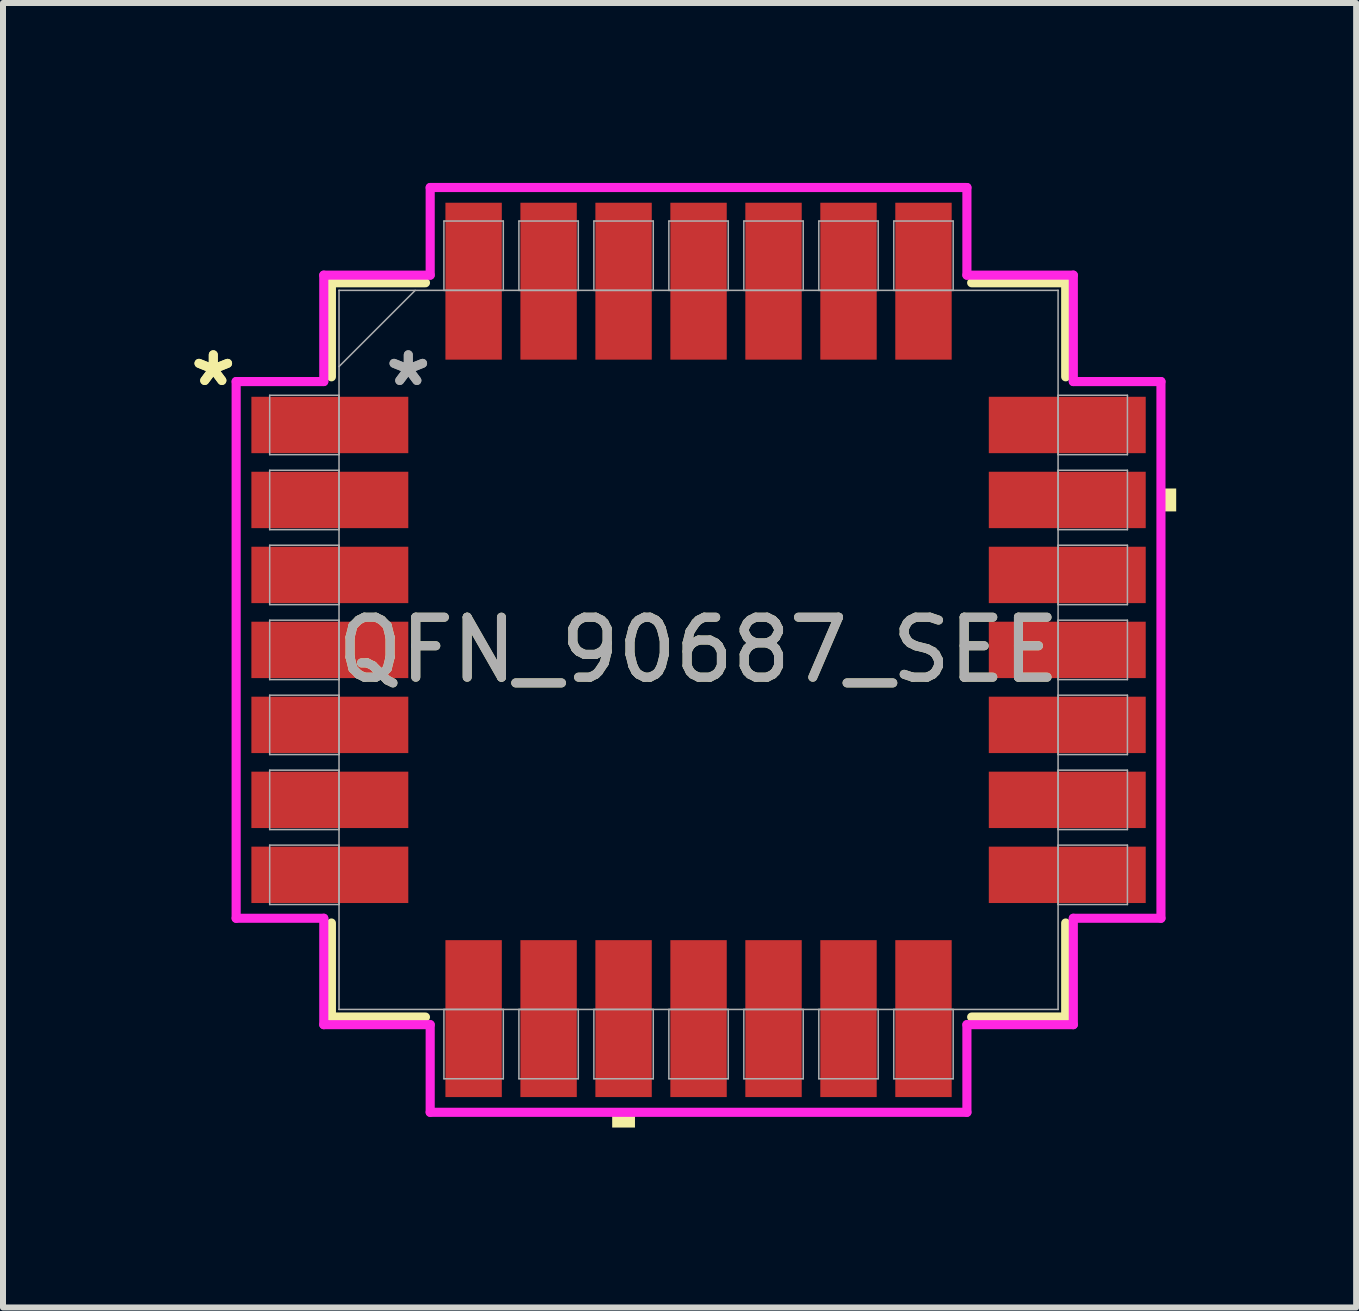
<source format=kicad_pcb>
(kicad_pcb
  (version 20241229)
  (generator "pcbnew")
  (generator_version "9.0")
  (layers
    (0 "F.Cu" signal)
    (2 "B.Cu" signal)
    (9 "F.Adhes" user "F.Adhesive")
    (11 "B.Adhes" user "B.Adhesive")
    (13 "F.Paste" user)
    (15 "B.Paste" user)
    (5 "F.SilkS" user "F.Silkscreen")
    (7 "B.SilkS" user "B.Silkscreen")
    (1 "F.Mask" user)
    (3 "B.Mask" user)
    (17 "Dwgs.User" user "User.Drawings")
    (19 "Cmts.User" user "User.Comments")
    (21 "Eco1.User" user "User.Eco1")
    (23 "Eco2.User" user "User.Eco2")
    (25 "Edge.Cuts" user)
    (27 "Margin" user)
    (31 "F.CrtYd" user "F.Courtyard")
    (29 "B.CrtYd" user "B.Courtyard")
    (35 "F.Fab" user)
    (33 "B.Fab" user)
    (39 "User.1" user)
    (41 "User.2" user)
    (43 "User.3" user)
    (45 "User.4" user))
  (footprint "QFN_90687_SEE"
    (layer "F.Cu")
    (at 8.596 7.785)
    (property "Reference" "QFN_90687_SEE" (at 0 0 0) (unlocked yes) (layer "F.SilkS") (effects (font (size 1 1) (thickness 0.15))))
    (attr smd)
    (fp_line (start -6.121 -6.121) (end -6.121 -4.553) (stroke (width 0.152) (type solid)) (layer "F.SilkS"))
    (fp_line (start -6.121 4.553) (end -6.121 6.121) (stroke (width 0.152) (type solid)) (layer "F.SilkS"))
    (fp_line (start -6.121 6.121) (end -4.553 6.121) (stroke (width 0.152) (type solid)) (layer "F.SilkS"))
    (fp_line (start -4.553 -6.121) (end -6.121 -6.121) (stroke (width 0.152) (type solid)) (layer "F.SilkS"))
    (fp_line (start 4.553 6.121) (end 6.121 6.121) (stroke (width 0.152) (type solid)) (layer "F.SilkS"))
    (fp_line (start 6.121 -6.121) (end 4.553 -6.121) (stroke (width 0.152) (type solid)) (layer "F.SilkS"))
    (fp_line (start 6.121 -4.553) (end 6.121 -6.121) (stroke (width 0.152) (type solid)) (layer "F.SilkS"))
    (fp_line (start 6.121 6.121) (end 6.121 4.553) (stroke (width 0.152) (type solid)) (layer "F.SilkS"))
    (fp_poly (pts (xy -1.44 7.709) (xy -1.44 7.963) (xy -1.06 7.963) (xy -1.06 7.709)) (stroke (width 0) (type solid)) (fill yes) (layer "F.SilkS"))
    (fp_poly (pts (xy 7.963 -2.691) (xy 7.963 -2.309) (xy 7.709 -2.309) (xy 7.709 -2.691)) (stroke (width 0) (type solid)) (fill yes) (layer "F.SilkS"))
    (fp_line (start -7.709 -4.474) (end -6.248 -4.474) (stroke (width 0.152) (type solid)) (layer "F.CrtYd"))
    (fp_line (start -7.709 4.474) (end -7.709 -4.474) (stroke (width 0.152) (type solid)) (layer "F.CrtYd"))
    (fp_line (start -6.248 -6.248) (end -4.474 -6.248) (stroke (width 0.152) (type solid)) (layer "F.CrtYd"))
    (fp_line (start -6.248 -4.474) (end -6.248 -6.248) (stroke (width 0.152) (type solid)) (layer "F.CrtYd"))
    (fp_line (start -6.248 4.474) (end -7.709 4.474) (stroke (width 0.152) (type solid)) (layer "F.CrtYd"))
    (fp_line (start -6.248 6.248) (end -6.248 4.474) (stroke (width 0.152) (type solid)) (layer "F.CrtYd"))
    (fp_line (start -4.474 -7.709) (end 4.474 -7.709) (stroke (width 0.152) (type solid)) (layer "F.CrtYd"))
    (fp_line (start -4.474 -6.248) (end -4.474 -7.709) (stroke (width 0.152) (type solid)) (layer "F.CrtYd"))
    (fp_line (start -4.474 6.248) (end -6.248 6.248) (stroke (width 0.152) (type solid)) (layer "F.CrtYd"))
    (fp_line (start -4.474 7.709) (end -4.474 6.248) (stroke (width 0.152) (type solid)) (layer "F.CrtYd"))
    (fp_line (start 4.474 -7.709) (end 4.474 -6.248) (stroke (width 0.152) (type solid)) (layer "F.CrtYd"))
    (fp_line (start 4.474 -6.248) (end 6.248 -6.248) (stroke (width 0.152) (type solid)) (layer "F.CrtYd"))
    (fp_line (start 4.474 6.248) (end 4.474 7.709) (stroke (width 0.152) (type solid)) (layer "F.CrtYd"))
    (fp_line (start 4.474 7.709) (end -4.474 7.709) (stroke (width 0.152) (type solid)) (layer "F.CrtYd"))
    (fp_line (start 6.248 -6.248) (end 6.248 -4.474) (stroke (width 0.152) (type solid)) (layer "F.CrtYd"))
    (fp_line (start 6.248 -4.474) (end 7.709 -4.474) (stroke (width 0.152) (type solid)) (layer "F.CrtYd"))
    (fp_line (start 6.248 4.474) (end 6.248 6.248) (stroke (width 0.152) (type solid)) (layer "F.CrtYd"))
    (fp_line (start 6.248 6.248) (end 4.474 6.248) (stroke (width 0.152) (type solid)) (layer "F.CrtYd"))
    (fp_line (start 7.709 -4.474) (end 7.709 4.474) (stroke (width 0.152) (type solid)) (layer "F.CrtYd"))
    (fp_line (start 7.709 4.474) (end 6.248 4.474) (stroke (width 0.152) (type solid)) (layer "F.CrtYd"))
    (fp_line (start -7.15 -4.245) (end -7.15 -3.255) (stroke (width 0.025) (type solid)) (layer "F.Fab"))
    (fp_line (start -7.15 -3.255) (end -5.994 -3.255) (stroke (width 0.025) (type solid)) (layer "F.Fab"))
    (fp_line (start -7.15 -2.995) (end -7.15 -2.005) (stroke (width 0.025) (type solid)) (layer "F.Fab"))
    (fp_line (start -7.15 -2.005) (end -5.994 -2.005) (stroke (width 0.025) (type solid)) (layer "F.Fab"))
    (fp_line (start -7.15 -1.745) (end -7.15 -0.755) (stroke (width 0.025) (type solid)) (layer "F.Fab"))
    (fp_line (start -7.15 -0.755) (end -5.994 -0.755) (stroke (width 0.025) (type solid)) (layer "F.Fab"))
    (fp_line (start -7.15 -0.495) (end -7.15 0.495) (stroke (width 0.025) (type solid)) (layer "F.Fab"))
    (fp_line (start -7.15 0.495) (end -5.994 0.495) (stroke (width 0.025) (type solid)) (layer "F.Fab"))
    (fp_line (start -7.15 0.755) (end -7.15 1.745) (stroke (width 0.025) (type solid)) (layer "F.Fab"))
    (fp_line (start -7.15 1.745) (end -5.994 1.745) (stroke (width 0.025) (type solid)) (layer "F.Fab"))
    (fp_line (start -7.15 2.005) (end -7.15 2.995) (stroke (width 0.025) (type solid)) (layer "F.Fab"))
    (fp_line (start -7.15 2.995) (end -5.994 2.995) (stroke (width 0.025) (type solid)) (layer "F.Fab"))
    (fp_line (start -7.15 3.255) (end -7.15 4.245) (stroke (width 0.025) (type solid)) (layer "F.Fab"))
    (fp_line (start -7.15 4.245) (end -5.994 4.245) (stroke (width 0.025) (type solid)) (layer "F.Fab"))
    (fp_line (start -5.994 -5.994) (end -5.994 -5.994) (stroke (width 0.025) (type solid)) (layer "F.Fab"))
    (fp_line (start -5.994 -5.994) (end -5.994 5.994) (stroke (width 0.025) (type solid)) (layer "F.Fab"))
    (fp_line (start -5.994 -4.724) (end -4.724 -5.994) (stroke (width 0.025) (type solid)) (layer "F.Fab"))
    (fp_line (start -5.994 -4.245) (end -7.15 -4.245) (stroke (width 0.025) (type solid)) (layer "F.Fab"))
    (fp_line (start -5.994 -3.255) (end -5.994 -4.245) (stroke (width 0.025) (type solid)) (layer "F.Fab"))
    (fp_line (start -5.994 -2.995) (end -7.15 -2.995) (stroke (width 0.025) (type solid)) (layer "F.Fab"))
    (fp_line (start -5.994 -2.005) (end -5.994 -2.995) (stroke (width 0.025) (type solid)) (layer "F.Fab"))
    (fp_line (start -5.994 -1.745) (end -7.15 -1.745) (stroke (width 0.025) (type solid)) (layer "F.Fab"))
    (fp_line (start -5.994 -0.755) (end -5.994 -1.745) (stroke (width 0.025) (type solid)) (layer "F.Fab"))
    (fp_line (start -5.994 -0.495) (end -7.15 -0.495) (stroke (width 0.025) (type solid)) (layer "F.Fab"))
    (fp_line (start -5.994 0.495) (end -5.994 -0.495) (stroke (width 0.025) (type solid)) (layer "F.Fab"))
    (fp_line (start -5.994 0.755) (end -7.15 0.755) (stroke (width 0.025) (type solid)) (layer "F.Fab"))
    (fp_line (start -5.994 1.745) (end -5.994 0.755) (stroke (width 0.025) (type solid)) (layer "F.Fab"))
    (fp_line (start -5.994 2.005) (end -7.15 2.005) (stroke (width 0.025) (type solid)) (layer "F.Fab"))
    (fp_line (start -5.994 2.995) (end -5.994 2.005) (stroke (width 0.025) (type solid)) (layer "F.Fab"))
    (fp_line (start -5.994 3.255) (end -7.15 3.255) (stroke (width 0.025) (type solid)) (layer "F.Fab"))
    (fp_line (start -5.994 4.245) (end -5.994 3.255) (stroke (width 0.025) (type solid)) (layer "F.Fab"))
    (fp_line (start -5.994 5.994) (end -5.994 5.994) (stroke (width 0.025) (type solid)) (layer "F.Fab"))
    (fp_line (start -5.994 5.994) (end 5.994 5.994) (stroke (width 0.025) (type solid)) (layer "F.Fab"))
    (fp_line (start -4.245 -7.15) (end -4.245 -5.994) (stroke (width 0.025) (type solid)) (layer "F.Fab"))
    (fp_line (start -4.245 -5.994) (end -3.255 -5.994) (stroke (width 0.025) (type solid)) (layer "F.Fab"))
    (fp_line (start -4.245 5.994) (end -4.245 7.15) (stroke (width 0.025) (type solid)) (layer "F.Fab"))
    (fp_line (start -4.245 7.15) (end -3.255 7.15) (stroke (width 0.025) (type solid)) (layer "F.Fab"))
    (fp_line (start -3.255 -7.15) (end -4.245 -7.15) (stroke (width 0.025) (type solid)) (layer "F.Fab"))
    (fp_line (start -3.255 -5.994) (end -3.255 -7.15) (stroke (width 0.025) (type solid)) (layer "F.Fab"))
    (fp_line (start -3.255 5.994) (end -4.245 5.994) (stroke (width 0.025) (type solid)) (layer "F.Fab"))
    (fp_line (start -3.255 7.15) (end -3.255 5.994) (stroke (width 0.025) (type solid)) (layer "F.Fab"))
    (fp_line (start -2.995 -7.15) (end -2.995 -5.994) (stroke (width 0.025) (type solid)) (layer "F.Fab"))
    (fp_line (start -2.995 -5.994) (end -2.005 -5.994) (stroke (width 0.025) (type solid)) (layer "F.Fab"))
    (fp_line (start -2.995 5.994) (end -2.995 7.15) (stroke (width 0.025) (type solid)) (layer "F.Fab"))
    (fp_line (start -2.995 7.15) (end -2.005 7.15) (stroke (width 0.025) (type solid)) (layer "F.Fab"))
    (fp_line (start -2.005 -7.15) (end -2.995 -7.15) (stroke (width 0.025) (type solid)) (layer "F.Fab"))
    (fp_line (start -2.005 -5.994) (end -2.005 -7.15) (stroke (width 0.025) (type solid)) (layer "F.Fab"))
    (fp_line (start -2.005 5.994) (end -2.995 5.994) (stroke (width 0.025) (type solid)) (layer "F.Fab"))
    (fp_line (start -2.005 7.15) (end -2.005 5.994) (stroke (width 0.025) (type solid)) (layer "F.Fab"))
    (fp_line (start -1.745 -7.15) (end -1.745 -5.994) (stroke (width 0.025) (type solid)) (layer "F.Fab"))
    (fp_line (start -1.745 -5.994) (end -0.755 -5.994) (stroke (width 0.025) (type solid)) (layer "F.Fab"))
    (fp_line (start -1.745 5.994) (end -1.745 7.15) (stroke (width 0.025) (type solid)) (layer "F.Fab"))
    (fp_line (start -1.745 7.15) (end -0.755 7.15) (stroke (width 0.025) (type solid)) (layer "F.Fab"))
    (fp_line (start -0.755 -7.15) (end -1.745 -7.15) (stroke (width 0.025) (type solid)) (layer "F.Fab"))
    (fp_line (start -0.755 -5.994) (end -0.755 -7.15) (stroke (width 0.025) (type solid)) (layer "F.Fab"))
    (fp_line (start -0.755 5.994) (end -1.745 5.994) (stroke (width 0.025) (type solid)) (layer "F.Fab"))
    (fp_line (start -0.755 7.15) (end -0.755 5.994) (stroke (width 0.025) (type solid)) (layer "F.Fab"))
    (fp_line (start -0.495 -7.15) (end -0.495 -5.994) (stroke (width 0.025) (type solid)) (layer "F.Fab"))
    (fp_line (start -0.495 -5.994) (end 0.495 -5.994) (stroke (width 0.025) (type solid)) (layer "F.Fab"))
    (fp_line (start -0.495 5.994) (end -0.495 7.15) (stroke (width 0.025) (type solid)) (layer "F.Fab"))
    (fp_line (start -0.495 7.15) (end 0.495 7.15) (stroke (width 0.025) (type solid)) (layer "F.Fab"))
    (fp_line (start 0.495 -7.15) (end -0.495 -7.15) (stroke (width 0.025) (type solid)) (layer "F.Fab"))
    (fp_line (start 0.495 -5.994) (end 0.495 -7.15) (stroke (width 0.025) (type solid)) (layer "F.Fab"))
    (fp_line (start 0.495 5.994) (end -0.495 5.994) (stroke (width 0.025) (type solid)) (layer "F.Fab"))
    (fp_line (start 0.495 7.15) (end 0.495 5.994) (stroke (width 0.025) (type solid)) (layer "F.Fab"))
    (fp_line (start 0.755 -7.15) (end 0.755 -5.994) (stroke (width 0.025) (type solid)) (layer "F.Fab"))
    (fp_line (start 0.755 -5.994) (end 1.745 -5.994) (stroke (width 0.025) (type solid)) (layer "F.Fab"))
    (fp_line (start 0.755 5.994) (end 0.755 7.15) (stroke (width 0.025) (type solid)) (layer "F.Fab"))
    (fp_line (start 0.755 7.15) (end 1.745 7.15) (stroke (width 0.025) (type solid)) (layer "F.Fab"))
    (fp_line (start 1.745 -7.15) (end 0.755 -7.15) (stroke (width 0.025) (type solid)) (layer "F.Fab"))
    (fp_line (start 1.745 -5.994) (end 1.745 -7.15) (stroke (width 0.025) (type solid)) (layer "F.Fab"))
    (fp_line (start 1.745 5.994) (end 0.755 5.994) (stroke (width 0.025) (type solid)) (layer "F.Fab"))
    (fp_line (start 1.745 7.15) (end 1.745 5.994) (stroke (width 0.025) (type solid)) (layer "F.Fab"))
    (fp_line (start 2.005 -7.15) (end 2.005 -5.994) (stroke (width 0.025) (type solid)) (layer "F.Fab"))
    (fp_line (start 2.005 -5.994) (end 2.995 -5.994) (stroke (width 0.025) (type solid)) (layer "F.Fab"))
    (fp_line (start 2.005 5.994) (end 2.005 7.15) (stroke (width 0.025) (type solid)) (layer "F.Fab"))
    (fp_line (start 2.005 7.15) (end 2.995 7.15) (stroke (width 0.025) (type solid)) (layer "F.Fab"))
    (fp_line (start 2.995 -7.15) (end 2.005 -7.15) (stroke (width 0.025) (type solid)) (layer "F.Fab"))
    (fp_line (start 2.995 -5.994) (end 2.995 -7.15) (stroke (width 0.025) (type solid)) (layer "F.Fab"))
    (fp_line (start 2.995 5.994) (end 2.005 5.994) (stroke (width 0.025) (type solid)) (layer "F.Fab"))
    (fp_line (start 2.995 7.15) (end 2.995 5.994) (stroke (width 0.025) (type solid)) (layer "F.Fab"))
    (fp_line (start 3.255 -7.15) (end 3.255 -5.994) (stroke (width 0.025) (type solid)) (layer "F.Fab"))
    (fp_line (start 3.255 -5.994) (end 4.245 -5.994) (stroke (width 0.025) (type solid)) (layer "F.Fab"))
    (fp_line (start 3.255 5.994) (end 3.255 7.15) (stroke (width 0.025) (type solid)) (layer "F.Fab"))
    (fp_line (start 3.255 7.15) (end 4.245 7.15) (stroke (width 0.025) (type solid)) (layer "F.Fab"))
    (fp_line (start 4.245 -7.15) (end 3.255 -7.15) (stroke (width 0.025) (type solid)) (layer "F.Fab"))
    (fp_line (start 4.245 -5.994) (end 4.245 -7.15) (stroke (width 0.025) (type solid)) (layer "F.Fab"))
    (fp_line (start 4.245 5.994) (end 3.255 5.994) (stroke (width 0.025) (type solid)) (layer "F.Fab"))
    (fp_line (start 4.245 7.15) (end 4.245 5.994) (stroke (width 0.025) (type solid)) (layer "F.Fab"))
    (fp_line (start 5.994 -5.994) (end -5.994 -5.994) (stroke (width 0.025) (type solid)) (layer "F.Fab"))
    (fp_line (start 5.994 -5.994) (end 5.994 -5.994) (stroke (width 0.025) (type solid)) (layer "F.Fab"))
    (fp_line (start 5.994 -4.245) (end 5.994 -3.255) (stroke (width 0.025) (type solid)) (layer "F.Fab"))
    (fp_line (start 5.994 -3.255) (end 7.15 -3.255) (stroke (width 0.025) (type solid)) (layer "F.Fab"))
    (fp_line (start 5.994 -2.995) (end 5.994 -2.005) (stroke (width 0.025) (type solid)) (layer "F.Fab"))
    (fp_line (start 5.994 -2.005) (end 7.15 -2.005) (stroke (width 0.025) (type solid)) (layer "F.Fab"))
    (fp_line (start 5.994 -1.745) (end 5.994 -0.755) (stroke (width 0.025) (type solid)) (layer "F.Fab"))
    (fp_line (start 5.994 -0.755) (end 7.15 -0.755) (stroke (width 0.025) (type solid)) (layer "F.Fab"))
    (fp_line (start 5.994 -0.495) (end 5.994 0.495) (stroke (width 0.025) (type solid)) (layer "F.Fab"))
    (fp_line (start 5.994 0.495) (end 7.15 0.495) (stroke (width 0.025) (type solid)) (layer "F.Fab"))
    (fp_line (start 5.994 0.755) (end 5.994 1.745) (stroke (width 0.025) (type solid)) (layer "F.Fab"))
    (fp_line (start 5.994 1.745) (end 7.15 1.745) (stroke (width 0.025) (type solid)) (layer "F.Fab"))
    (fp_line (start 5.994 2.005) (end 5.994 2.995) (stroke (width 0.025) (type solid)) (layer "F.Fab"))
    (fp_line (start 5.994 2.995) (end 7.15 2.995) (stroke (width 0.025) (type solid)) (layer "F.Fab"))
    (fp_line (start 5.994 3.255) (end 5.994 4.245) (stroke (width 0.025) (type solid)) (layer "F.Fab"))
    (fp_line (start 5.994 4.245) (end 7.15 4.245) (stroke (width 0.025) (type solid)) (layer "F.Fab"))
    (fp_line (start 5.994 5.994) (end 5.994 -5.994) (stroke (width 0.025) (type solid)) (layer "F.Fab"))
    (fp_line (start 5.994 5.994) (end 5.994 5.994) (stroke (width 0.025) (type solid)) (layer "F.Fab"))
    (fp_line (start 7.15 -4.245) (end 5.994 -4.245) (stroke (width 0.025) (type solid)) (layer "F.Fab"))
    (fp_line (start 7.15 -3.255) (end 7.15 -4.245) (stroke (width 0.025) (type solid)) (layer "F.Fab"))
    (fp_line (start 7.15 -2.995) (end 5.994 -2.995) (stroke (width 0.025) (type solid)) (layer "F.Fab"))
    (fp_line (start 7.15 -2.005) (end 7.15 -2.995) (stroke (width 0.025) (type solid)) (layer "F.Fab"))
    (fp_line (start 7.15 -1.745) (end 5.994 -1.745) (stroke (width 0.025) (type solid)) (layer "F.Fab"))
    (fp_line (start 7.15 -0.755) (end 7.15 -1.745) (stroke (width 0.025) (type solid)) (layer "F.Fab"))
    (fp_line (start 7.15 -0.495) (end 5.994 -0.495) (stroke (width 0.025) (type solid)) (layer "F.Fab"))
    (fp_line (start 7.15 0.495) (end 7.15 -0.495) (stroke (width 0.025) (type solid)) (layer "F.Fab"))
    (fp_line (start 7.15 0.755) (end 5.994 0.755) (stroke (width 0.025) (type solid)) (layer "F.Fab"))
    (fp_line (start 7.15 1.745) (end 7.15 0.755) (stroke (width 0.025) (type solid)) (layer "F.Fab"))
    (fp_line (start 7.15 2.005) (end 5.994 2.005) (stroke (width 0.025) (type solid)) (layer "F.Fab"))
    (fp_line (start 7.15 2.995) (end 7.15 2.005) (stroke (width 0.025) (type solid)) (layer "F.Fab"))
    (fp_line (start 7.15 3.255) (end 5.994 3.255) (stroke (width 0.025) (type solid)) (layer "F.Fab"))
    (fp_line (start 7.15 4.245) (end 7.15 3.255) (stroke (width 0.025) (type solid)) (layer "F.Fab"))
    (fp_text user "*" (at -8.09 -4.375 0) (unlocked yes) (layer "F.SilkS") (effects (font (size 1 1) (thickness 0.15))))
    (fp_text user "*" (at -8.09 -4.375 0) (layer "F.SilkS") (effects (font (size 1 1) (thickness 0.15))))
    (fp_text user "*" (at -4.839 -4.375 0) (unlocked yes) (layer "F.Fab") (effects (font (size 1 1) (thickness 0.15))))
    (fp_text user "${REFERENCE}" (at 0 0 0) (unlocked yes) (layer "F.Fab") (effects (font (size 1 1) (thickness 0.15))))
    (fp_text user "*" (at -4.839 -4.375 0) (layer "F.Fab") (effects (font (size 1 1) (thickness 0.15))))
    (pad "1" smd rect (at -6.147 -3.75 90) (size 0.94 2.616) (layers "F.Cu" "F.Mask" "F.Paste"))
    (pad "2" smd rect (at -6.147 -2.5 90) (size 0.94 2.616) (layers "F.Cu" "F.Mask" "F.Paste"))
    (pad "3" smd rect (at -6.147 -1.25 90) (size 0.94 2.616) (layers "F.Cu" "F.Mask" "F.Paste"))
    (pad "4" smd rect (at -6.147 0 90) (size 0.94 2.616) (layers "F.Cu" "F.Mask" "F.Paste"))
    (pad "5" smd rect (at -6.147 1.25 90) (size 0.94 2.616) (layers "F.Cu" "F.Mask" "F.Paste"))
    (pad "6" smd rect (at -6.147 2.5 90) (size 0.94 2.616) (layers "F.Cu" "F.Mask" "F.Paste"))
    (pad "7" smd rect (at -6.147 3.75 90) (size 0.94 2.616) (layers "F.Cu" "F.Mask" "F.Paste"))
    (pad "8" smd rect (at -3.75 6.147) (size 0.94 2.616) (layers "F.Cu" "F.Mask" "F.Paste"))
    (pad "9" smd rect (at -2.5 6.147) (size 0.94 2.616) (layers "F.Cu" "F.Mask" "F.Paste"))
    (pad "10" smd rect (at -1.25 6.147) (size 0.94 2.616) (layers "F.Cu" "F.Mask" "F.Paste"))
    (pad "11" smd rect (at 0 6.147) (size 0.94 2.616) (layers "F.Cu" "F.Mask" "F.Paste"))
    (pad "12" smd rect (at 1.25 6.147) (size 0.94 2.616) (layers "F.Cu" "F.Mask" "F.Paste"))
    (pad "13" smd rect (at 2.5 6.147) (size 0.94 2.616) (layers "F.Cu" "F.Mask" "F.Paste"))
    (pad "14" smd rect (at 3.75 6.147) (size 0.94 2.616) (layers "F.Cu" "F.Mask" "F.Paste"))
    (pad "15" smd rect (at 6.147 3.75 90) (size 0.94 2.616) (layers "F.Cu" "F.Mask" "F.Paste"))
    (pad "16" smd rect (at 6.147 2.5 90) (size 0.94 2.616) (layers "F.Cu" "F.Mask" "F.Paste"))
    (pad "17" smd rect (at 6.147 1.25 90) (size 0.94 2.616) (layers "F.Cu" "F.Mask" "F.Paste"))
    (pad "18" smd rect (at 6.147 0 90) (size 0.94 2.616) (layers "F.Cu" "F.Mask" "F.Paste"))
    (pad "19" smd rect (at 6.147 -1.25 90) (size 0.94 2.616) (layers "F.Cu" "F.Mask" "F.Paste"))
    (pad "20" smd rect (at 6.147 -2.5 90) (size 0.94 2.616) (layers "F.Cu" "F.Mask" "F.Paste"))
    (pad "21" smd rect (at 6.147 -3.75 90) (size 0.94 2.616) (layers "F.Cu" "F.Mask" "F.Paste"))
    (pad "22" smd rect (at 3.75 -6.147) (size 0.94 2.616) (layers "F.Cu" "F.Mask" "F.Paste"))
    (pad "23" smd rect (at 2.5 -6.147) (size 0.94 2.616) (layers "F.Cu" "F.Mask" "F.Paste"))
    (pad "24" smd rect (at 1.25 -6.147) (size 0.94 2.616) (layers "F.Cu" "F.Mask" "F.Paste"))
    (pad "25" smd rect (at 0 -6.147) (size 0.94 2.616) (layers "F.Cu" "F.Mask" "F.Paste"))
    (pad "26" smd rect (at -1.25 -6.147) (size 0.94 2.616) (layers "F.Cu" "F.Mask" "F.Paste"))
    (pad "27" smd rect (at -2.5 -6.147) (size 0.94 2.616) (layers "F.Cu" "F.Mask" "F.Paste"))
    (pad "28" smd rect (at -3.75 -6.147) (size 0.94 2.616) (layers "F.Cu" "F.Mask" "F.Paste")))
  (gr_rect
    (start -3 -3)
    (end 19.559 18.748)
    (stroke (width 0.1) (type default))
    (fill no)
    (layer "Edge.Cuts")))
</source>
